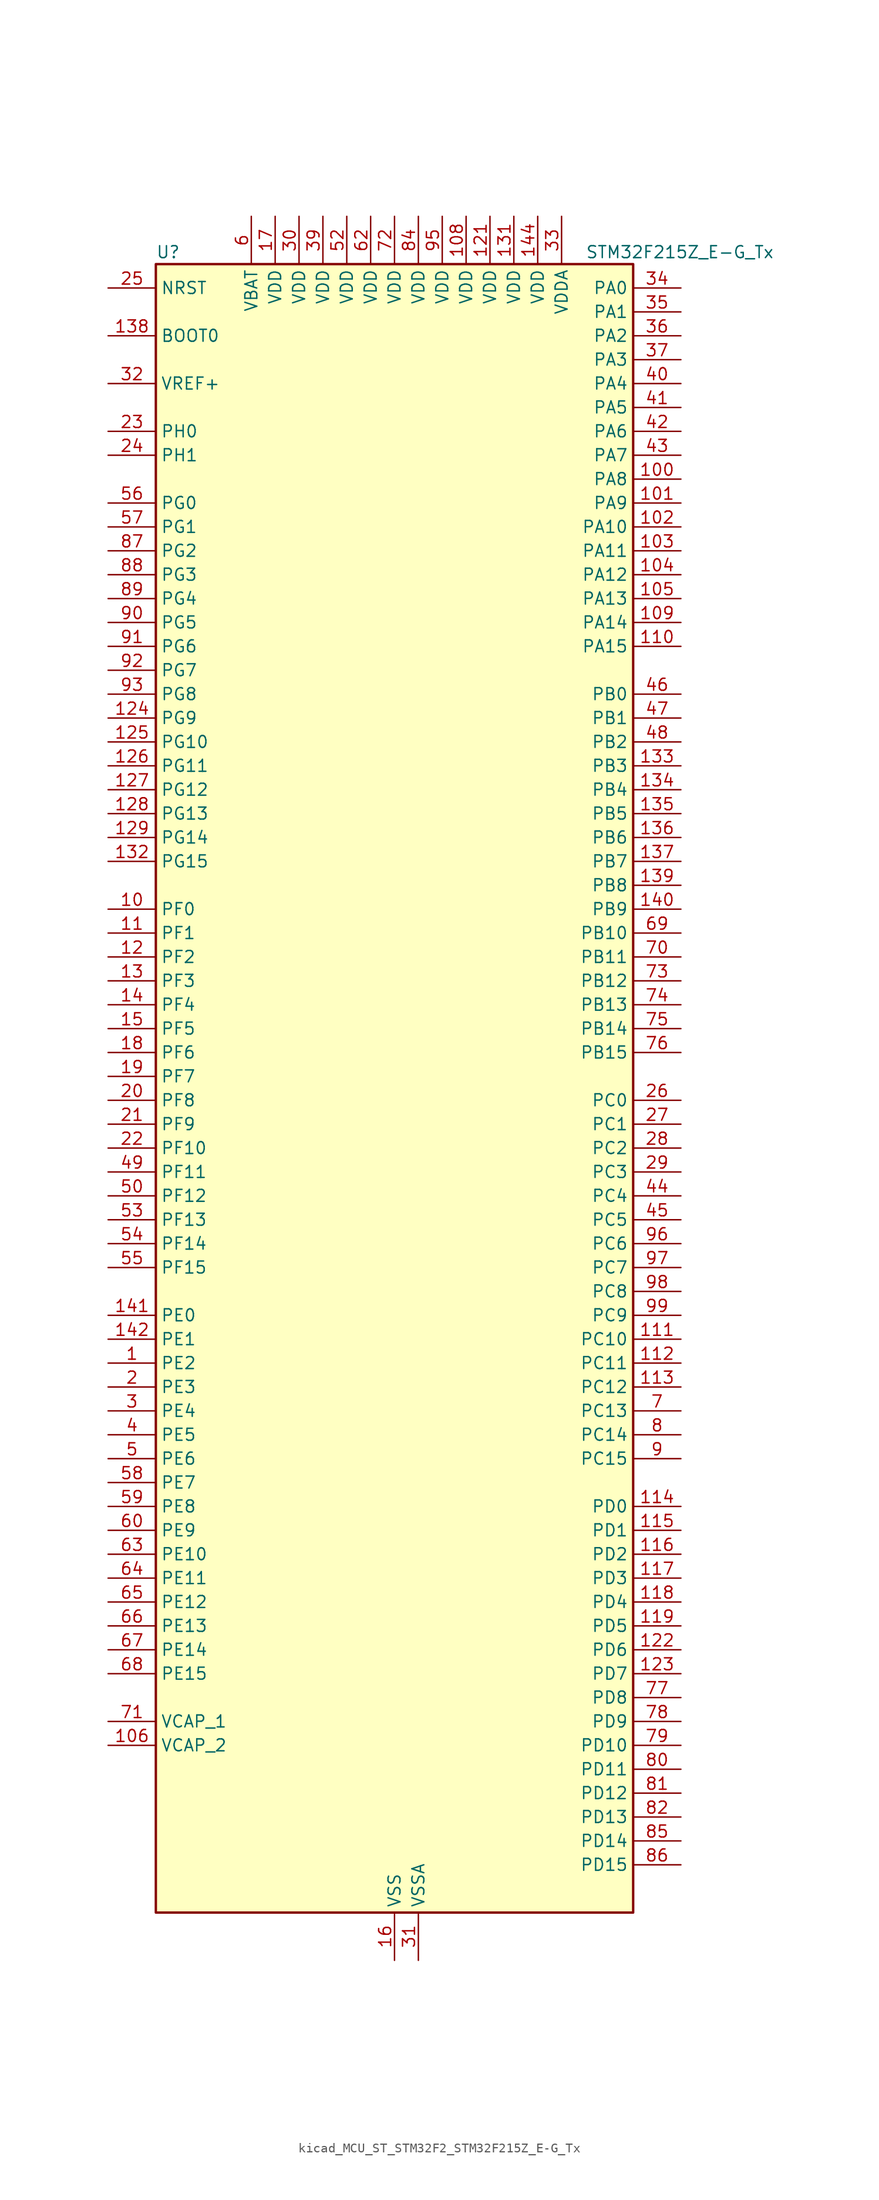
<source format=kicad_sym>
(kicad_symbol_lib
  (version 20220914)
  (generator kicad_symbol_editor)
  (symbol "kicad_MCU_ST_STM32F2_STM32F215Z_E-G_Tx"
    (property "Reference" "U"
      (at -25.4 90.17 0)
      (effects (font (size 1.27 1.27)) (justify left)))
    (property "Value" "STM32F215Z_E-G_Tx"
      (at 20.32 90.17 0)
      (effects (font (size 1.27 1.27)) (justify left)))
    (property "ki_locked" ""
      (at 0 0 0)
      (effects (font (size 1.27 1.27))))
    (symbol "kicad_MCU_ST_STM32F2_STM32F215Z_E-G_Tx_0_1"
      (rectangle (start -25.4 -86.36) (end 25.4 88.9) (stroke (width 0.254) (type default)) (fill (type background))))
    (symbol "kicad_MCU_ST_STM32F2_STM32F215Z_E-G_Tx_1_1"
      (pin bidirectional line (at -30.48 -27.94 0) (length 5.08) (name "PE2" (effects (font (size 1.27 1.27)))) (number "1" (effects (font (size 1.27 1.27)))) (alternate "FSMC_A23" bidirectional line) (alternate "SYS_TRACECLK" bidirectional line))
      (pin bidirectional line (at -30.48 20.32 0) (length 5.08) (name "PF0" (effects (font (size 1.27 1.27)))) (number "10" (effects (font (size 1.27 1.27)))) (alternate "FSMC_A0" bidirectional line) (alternate "I2C2_SDA" bidirectional line))
      (pin bidirectional line (at 30.48 66.04 180) (length 5.08) (name "PA8" (effects (font (size 1.27 1.27)))) (number "100" (effects (font (size 1.27 1.27)))) (alternate "I2C3_SCL" bidirectional line) (alternate "RCC_MCO_1" bidirectional line) (alternate "TIM1_CH1" bidirectional line) (alternate "USART1_CK" bidirectional line) (alternate "USB_OTG_FS_SOF" bidirectional line))
      (pin bidirectional line (at 30.48 63.5 180) (length 5.08) (name "PA9" (effects (font (size 1.27 1.27)))) (number "101" (effects (font (size 1.27 1.27)))) (alternate "DAC_EXTI9" bidirectional line) (alternate "I2C3_SMBA" bidirectional line) (alternate "TIM1_CH2" bidirectional line) (alternate "USART1_TX" bidirectional line) (alternate "USB_OTG_FS_VBUS" bidirectional line))
      (pin bidirectional line (at 30.48 60.96 180) (length 5.08) (name "PA10" (effects (font (size 1.27 1.27)))) (number "102" (effects (font (size 1.27 1.27)))) (alternate "TIM1_CH3" bidirectional line) (alternate "USART1_RX" bidirectional line) (alternate "USB_OTG_FS_ID" bidirectional line))
      (pin bidirectional line (at 30.48 58.42 180) (length 5.08) (name "PA11" (effects (font (size 1.27 1.27)))) (number "103" (effects (font (size 1.27 1.27)))) (alternate "ADC1_EXTI11" bidirectional line) (alternate "ADC2_EXTI11" bidirectional line) (alternate "ADC3_EXTI11" bidirectional line) (alternate "CAN1_RX" bidirectional line) (alternate "TIM1_CH4" bidirectional line) (alternate "USART1_CTS" bidirectional line) (alternate "USB_OTG_FS_DM" bidirectional line))
      (pin bidirectional line (at 30.48 55.88 180) (length 5.08) (name "PA12" (effects (font (size 1.27 1.27)))) (number "104" (effects (font (size 1.27 1.27)))) (alternate "CAN1_TX" bidirectional line) (alternate "TIM1_ETR" bidirectional line) (alternate "USART1_RTS" bidirectional line) (alternate "USB_OTG_FS_DP" bidirectional line))
      (pin bidirectional line (at 30.48 53.34 180) (length 5.08) (name "PA13" (effects (font (size 1.27 1.27)))) (number "105" (effects (font (size 1.27 1.27)))) (alternate "SYS_JTMS-SWDIO" bidirectional line))
      (pin power_out line (at -30.48 -68.58 0) (length 5.08) (name "VCAP_2" (effects (font (size 1.27 1.27)))) (number "106" (effects (font (size 1.27 1.27)))))
      (pin passive line (at 0 -91.44 90) (length 5.08) hide (name "VSS" (effects (font (size 1.27 1.27)))) (number "107" (effects (font (size 1.27 1.27)))))
      (pin power_in line (at 7.62 93.98 270) (length 5.08) (name "VDD" (effects (font (size 1.27 1.27)))) (number "108" (effects (font (size 1.27 1.27)))))
      (pin bidirectional line (at 30.48 50.8 180) (length 5.08) (name "PA14" (effects (font (size 1.27 1.27)))) (number "109" (effects (font (size 1.27 1.27)))) (alternate "SYS_JTCK-SWCLK" bidirectional line))
      (pin bidirectional line (at -30.48 17.78 0) (length 5.08) (name "PF1" (effects (font (size 1.27 1.27)))) (number "11" (effects (font (size 1.27 1.27)))) (alternate "FSMC_A1" bidirectional line) (alternate "I2C2_SCL" bidirectional line))
      (pin bidirectional line (at 30.48 48.26 180) (length 5.08) (name "PA15" (effects (font (size 1.27 1.27)))) (number "110" (effects (font (size 1.27 1.27)))) (alternate "ADC1_EXTI15" bidirectional line) (alternate "ADC2_EXTI15" bidirectional line) (alternate "ADC3_EXTI15" bidirectional line) (alternate "I2S3_WS" bidirectional line) (alternate "SPI1_NSS" bidirectional line) (alternate "SPI3_NSS" bidirectional line) (alternate "SYS_JTDI" bidirectional line) (alternate "TIM2_CH1" bidirectional line) (alternate "TIM2_ETR" bidirectional line))
      (pin bidirectional line (at 30.48 -25.4 180) (length 5.08) (name "PC10" (effects (font (size 1.27 1.27)))) (number "111" (effects (font (size 1.27 1.27)))) (alternate "I2S3_SCK" bidirectional line) (alternate "SDIO_D2" bidirectional line) (alternate "SPI3_SCK" bidirectional line) (alternate "UART4_TX" bidirectional line) (alternate "USART3_TX" bidirectional line))
      (pin bidirectional line (at 30.48 -27.94 180) (length 5.08) (name "PC11" (effects (font (size 1.27 1.27)))) (number "112" (effects (font (size 1.27 1.27)))) (alternate "ADC1_EXTI11" bidirectional line) (alternate "ADC2_EXTI11" bidirectional line) (alternate "ADC3_EXTI11" bidirectional line) (alternate "SDIO_D3" bidirectional line) (alternate "SPI3_MISO" bidirectional line) (alternate "UART4_RX" bidirectional line) (alternate "USART3_RX" bidirectional line))
      (pin bidirectional line (at 30.48 -30.48 180) (length 5.08) (name "PC12" (effects (font (size 1.27 1.27)))) (number "113" (effects (font (size 1.27 1.27)))) (alternate "I2S3_SD" bidirectional line) (alternate "SDIO_CK" bidirectional line) (alternate "SPI3_MOSI" bidirectional line) (alternate "UART5_TX" bidirectional line) (alternate "USART3_CK" bidirectional line))
      (pin bidirectional line (at 30.48 -43.18 180) (length 5.08) (name "PD0" (effects (font (size 1.27 1.27)))) (number "114" (effects (font (size 1.27 1.27)))) (alternate "CAN1_RX" bidirectional line) (alternate "FSMC_D2" bidirectional line) (alternate "FSMC_DA2" bidirectional line))
      (pin bidirectional line (at 30.48 -45.72 180) (length 5.08) (name "PD1" (effects (font (size 1.27 1.27)))) (number "115" (effects (font (size 1.27 1.27)))) (alternate "CAN1_TX" bidirectional line) (alternate "FSMC_D3" bidirectional line) (alternate "FSMC_DA3" bidirectional line))
      (pin bidirectional line (at 30.48 -48.26 180) (length 5.08) (name "PD2" (effects (font (size 1.27 1.27)))) (number "116" (effects (font (size 1.27 1.27)))) (alternate "SDIO_CMD" bidirectional line) (alternate "TIM3_ETR" bidirectional line) (alternate "UART5_RX" bidirectional line))
      (pin bidirectional line (at 30.48 -50.8 180) (length 5.08) (name "PD3" (effects (font (size 1.27 1.27)))) (number "117" (effects (font (size 1.27 1.27)))) (alternate "FSMC_CLK" bidirectional line) (alternate "USART2_CTS" bidirectional line))
      (pin bidirectional line (at 30.48 -53.34 180) (length 5.08) (name "PD4" (effects (font (size 1.27 1.27)))) (number "118" (effects (font (size 1.27 1.27)))) (alternate "FSMC_NOE" bidirectional line) (alternate "USART2_RTS" bidirectional line))
      (pin bidirectional line (at 30.48 -55.88 180) (length 5.08) (name "PD5" (effects (font (size 1.27 1.27)))) (number "119" (effects (font (size 1.27 1.27)))) (alternate "FSMC_NWE" bidirectional line) (alternate "USART2_TX" bidirectional line))
      (pin bidirectional line (at -30.48 15.24 0) (length 5.08) (name "PF2" (effects (font (size 1.27 1.27)))) (number "12" (effects (font (size 1.27 1.27)))) (alternate "FSMC_A2" bidirectional line) (alternate "I2C2_SMBA" bidirectional line))
      (pin passive line (at 0 -91.44 90) (length 5.08) hide (name "VSS" (effects (font (size 1.27 1.27)))) (number "120" (effects (font (size 1.27 1.27)))))
      (pin power_in line (at 10.16 93.98 270) (length 5.08) (name "VDD" (effects (font (size 1.27 1.27)))) (number "121" (effects (font (size 1.27 1.27)))))
      (pin bidirectional line (at 30.48 -58.42 180) (length 5.08) (name "PD6" (effects (font (size 1.27 1.27)))) (number "122" (effects (font (size 1.27 1.27)))) (alternate "FSMC_NWAIT" bidirectional line) (alternate "USART2_RX" bidirectional line))
      (pin bidirectional line (at 30.48 -60.96 180) (length 5.08) (name "PD7" (effects (font (size 1.27 1.27)))) (number "123" (effects (font (size 1.27 1.27)))) (alternate "FSMC_NCE2" bidirectional line) (alternate "FSMC_NE1" bidirectional line) (alternate "USART2_CK" bidirectional line))
      (pin bidirectional line (at -30.48 40.64 0) (length 5.08) (name "PG9" (effects (font (size 1.27 1.27)))) (number "124" (effects (font (size 1.27 1.27)))) (alternate "DAC_EXTI9" bidirectional line) (alternate "FSMC_NCE3" bidirectional line) (alternate "FSMC_NE2" bidirectional line) (alternate "USART6_RX" bidirectional line))
      (pin bidirectional line (at -30.48 38.1 0) (length 5.08) (name "PG10" (effects (font (size 1.27 1.27)))) (number "125" (effects (font (size 1.27 1.27)))) (alternate "FSMC_NCE4_1" bidirectional line) (alternate "FSMC_NE3" bidirectional line))
      (pin bidirectional line (at -30.48 35.56 0) (length 5.08) (name "PG11" (effects (font (size 1.27 1.27)))) (number "126" (effects (font (size 1.27 1.27)))) (alternate "ADC1_EXTI11" bidirectional line) (alternate "ADC2_EXTI11" bidirectional line) (alternate "ADC3_EXTI11" bidirectional line) (alternate "FSMC_NCE4_2" bidirectional line))
      (pin bidirectional line (at -30.48 33.02 0) (length 5.08) (name "PG12" (effects (font (size 1.27 1.27)))) (number "127" (effects (font (size 1.27 1.27)))) (alternate "FSMC_NE4" bidirectional line) (alternate "USART6_RTS" bidirectional line))
      (pin bidirectional line (at -30.48 30.48 0) (length 5.08) (name "PG13" (effects (font (size 1.27 1.27)))) (number "128" (effects (font (size 1.27 1.27)))) (alternate "FSMC_A24" bidirectional line) (alternate "USART6_CTS" bidirectional line))
      (pin bidirectional line (at -30.48 27.94 0) (length 5.08) (name "PG14" (effects (font (size 1.27 1.27)))) (number "129" (effects (font (size 1.27 1.27)))) (alternate "FSMC_A25" bidirectional line) (alternate "USART6_TX" bidirectional line))
      (pin bidirectional line (at -30.48 12.7 0) (length 5.08) (name "PF3" (effects (font (size 1.27 1.27)))) (number "13" (effects (font (size 1.27 1.27)))) (alternate "ADC3_IN9" bidirectional line) (alternate "FSMC_A3" bidirectional line))
      (pin passive line (at 0 -91.44 90) (length 5.08) hide (name "VSS" (effects (font (size 1.27 1.27)))) (number "130" (effects (font (size 1.27 1.27)))))
      (pin power_in line (at 12.7 93.98 270) (length 5.08) (name "VDD" (effects (font (size 1.27 1.27)))) (number "131" (effects (font (size 1.27 1.27)))))
      (pin bidirectional line (at -30.48 25.4 0) (length 5.08) (name "PG15" (effects (font (size 1.27 1.27)))) (number "132" (effects (font (size 1.27 1.27)))) (alternate "ADC1_EXTI15" bidirectional line) (alternate "ADC2_EXTI15" bidirectional line) (alternate "ADC3_EXTI15" bidirectional line) (alternate "USART6_CTS" bidirectional line))
      (pin bidirectional line (at 30.48 35.56 180) (length 5.08) (name "PB3" (effects (font (size 1.27 1.27)))) (number "133" (effects (font (size 1.27 1.27)))) (alternate "I2S3_SCK" bidirectional line) (alternate "SPI1_SCK" bidirectional line) (alternate "SPI3_SCK" bidirectional line) (alternate "SYS_JTDO-SWO" bidirectional line) (alternate "TIM2_CH2" bidirectional line))
      (pin bidirectional line (at 30.48 33.02 180) (length 5.08) (name "PB4" (effects (font (size 1.27 1.27)))) (number "134" (effects (font (size 1.27 1.27)))) (alternate "SPI1_MISO" bidirectional line) (alternate "SPI3_MISO" bidirectional line) (alternate "SYS_JTRST" bidirectional line) (alternate "TIM3_CH1" bidirectional line))
      (pin bidirectional line (at 30.48 30.48 180) (length 5.08) (name "PB5" (effects (font (size 1.27 1.27)))) (number "135" (effects (font (size 1.27 1.27)))) (alternate "CAN2_RX" bidirectional line) (alternate "I2C1_SMBA" bidirectional line) (alternate "I2S3_SD" bidirectional line) (alternate "SPI1_MOSI" bidirectional line) (alternate "SPI3_MOSI" bidirectional line) (alternate "TIM3_CH2" bidirectional line) (alternate "USB_OTG_HS_ULPI_D7" bidirectional line))
      (pin bidirectional line (at 30.48 27.94 180) (length 5.08) (name "PB6" (effects (font (size 1.27 1.27)))) (number "136" (effects (font (size 1.27 1.27)))) (alternate "CAN2_TX" bidirectional line) (alternate "I2C1_SCL" bidirectional line) (alternate "TIM4_CH1" bidirectional line) (alternate "USART1_TX" bidirectional line))
      (pin bidirectional line (at 30.48 25.4 180) (length 5.08) (name "PB7" (effects (font (size 1.27 1.27)))) (number "137" (effects (font (size 1.27 1.27)))) (alternate "FSMC_NL" bidirectional line) (alternate "I2C1_SDA" bidirectional line) (alternate "TIM4_CH2" bidirectional line) (alternate "USART1_RX" bidirectional line))
      (pin input line (at -30.48 81.28 0) (length 5.08) (name "BOOT0" (effects (font (size 1.27 1.27)))) (number "138" (effects (font (size 1.27 1.27)))))
      (pin bidirectional line (at 30.48 22.86 180) (length 5.08) (name "PB8" (effects (font (size 1.27 1.27)))) (number "139" (effects (font (size 1.27 1.27)))) (alternate "CAN1_RX" bidirectional line) (alternate "I2C1_SCL" bidirectional line) (alternate "SDIO_D4" bidirectional line) (alternate "TIM10_CH1" bidirectional line) (alternate "TIM4_CH3" bidirectional line))
      (pin bidirectional line (at -30.48 10.16 0) (length 5.08) (name "PF4" (effects (font (size 1.27 1.27)))) (number "14" (effects (font (size 1.27 1.27)))) (alternate "ADC3_IN14" bidirectional line) (alternate "FSMC_A4" bidirectional line))
      (pin bidirectional line (at 30.48 20.32 180) (length 5.08) (name "PB9" (effects (font (size 1.27 1.27)))) (number "140" (effects (font (size 1.27 1.27)))) (alternate "CAN1_TX" bidirectional line) (alternate "DAC_EXTI9" bidirectional line) (alternate "I2C1_SDA" bidirectional line) (alternate "I2S2_WS" bidirectional line) (alternate "SDIO_D5" bidirectional line) (alternate "SPI2_NSS" bidirectional line) (alternate "TIM11_CH1" bidirectional line) (alternate "TIM4_CH4" bidirectional line))
      (pin bidirectional line (at -30.48 -22.86 0) (length 5.08) (name "PE0" (effects (font (size 1.27 1.27)))) (number "141" (effects (font (size 1.27 1.27)))) (alternate "FSMC_NBL0" bidirectional line) (alternate "TIM4_ETR" bidirectional line))
      (pin bidirectional line (at -30.48 -25.4 0) (length 5.08) (name "PE1" (effects (font (size 1.27 1.27)))) (number "142" (effects (font (size 1.27 1.27)))) (alternate "FSMC_NBL1" bidirectional line))
      (pin no_connect line (at -25.4 -86.36 0) (length 5.08) hide (name "RFU" (effects (font (size 1.27 1.27)))) (number "143" (effects (font (size 1.27 1.27)))))
      (pin power_in line (at 15.24 93.98 270) (length 5.08) (name "VDD" (effects (font (size 1.27 1.27)))) (number "144" (effects (font (size 1.27 1.27)))))
      (pin bidirectional line (at -30.48 7.62 0) (length 5.08) (name "PF5" (effects (font (size 1.27 1.27)))) (number "15" (effects (font (size 1.27 1.27)))) (alternate "ADC3_IN15" bidirectional line) (alternate "FSMC_A5" bidirectional line))
      (pin power_in line (at 0 -91.44 90) (length 5.08) (name "VSS" (effects (font (size 1.27 1.27)))) (number "16" (effects (font (size 1.27 1.27)))))
      (pin power_in line (at -12.7 93.98 270) (length 5.08) (name "VDD" (effects (font (size 1.27 1.27)))) (number "17" (effects (font (size 1.27 1.27)))))
      (pin bidirectional line (at -30.48 5.08 0) (length 5.08) (name "PF6" (effects (font (size 1.27 1.27)))) (number "18" (effects (font (size 1.27 1.27)))) (alternate "ADC3_IN4" bidirectional line) (alternate "FSMC_NIORD" bidirectional line) (alternate "TIM10_CH1" bidirectional line))
      (pin bidirectional line (at -30.48 2.54 0) (length 5.08) (name "PF7" (effects (font (size 1.27 1.27)))) (number "19" (effects (font (size 1.27 1.27)))) (alternate "ADC3_IN5" bidirectional line) (alternate "FSMC_NREG" bidirectional line) (alternate "TIM11_CH1" bidirectional line))
      (pin bidirectional line (at -30.48 -30.48 0) (length 5.08) (name "PE3" (effects (font (size 1.27 1.27)))) (number "2" (effects (font (size 1.27 1.27)))) (alternate "FSMC_A19" bidirectional line) (alternate "SYS_TRACED0" bidirectional line))
      (pin bidirectional line (at -30.48 0 0) (length 5.08) (name "PF8" (effects (font (size 1.27 1.27)))) (number "20" (effects (font (size 1.27 1.27)))) (alternate "ADC3_IN6" bidirectional line) (alternate "FSMC_NIOWR" bidirectional line) (alternate "TIM13_CH1" bidirectional line))
      (pin bidirectional line (at -30.48 -2.54 0) (length 5.08) (name "PF9" (effects (font (size 1.27 1.27)))) (number "21" (effects (font (size 1.27 1.27)))) (alternate "ADC3_IN7" bidirectional line) (alternate "DAC_EXTI9" bidirectional line) (alternate "FSMC_CD" bidirectional line) (alternate "TIM14_CH1" bidirectional line))
      (pin bidirectional line (at -30.48 -5.08 0) (length 5.08) (name "PF10" (effects (font (size 1.27 1.27)))) (number "22" (effects (font (size 1.27 1.27)))) (alternate "ADC3_IN8" bidirectional line) (alternate "FSMC_INTR" bidirectional line))
      (pin bidirectional line (at -30.48 71.12 0) (length 5.08) (name "PH0" (effects (font (size 1.27 1.27)))) (number "23" (effects (font (size 1.27 1.27)))) (alternate "RCC_OSC_IN" bidirectional line))
      (pin bidirectional line (at -30.48 68.58 0) (length 5.08) (name "PH1" (effects (font (size 1.27 1.27)))) (number "24" (effects (font (size 1.27 1.27)))) (alternate "RCC_OSC_OUT" bidirectional line))
      (pin input line (at -30.48 86.36 0) (length 5.08) (name "NRST" (effects (font (size 1.27 1.27)))) (number "25" (effects (font (size 1.27 1.27)))))
      (pin bidirectional line (at 30.48 0 180) (length 5.08) (name "PC0" (effects (font (size 1.27 1.27)))) (number "26" (effects (font (size 1.27 1.27)))) (alternate "ADC1_IN10" bidirectional line) (alternate "ADC2_IN10" bidirectional line) (alternate "ADC3_IN10" bidirectional line) (alternate "USB_OTG_HS_ULPI_STP" bidirectional line))
      (pin bidirectional line (at 30.48 -2.54 180) (length 5.08) (name "PC1" (effects (font (size 1.27 1.27)))) (number "27" (effects (font (size 1.27 1.27)))) (alternate "ADC1_IN11" bidirectional line) (alternate "ADC2_IN11" bidirectional line) (alternate "ADC3_IN11" bidirectional line))
      (pin bidirectional line (at 30.48 -5.08 180) (length 5.08) (name "PC2" (effects (font (size 1.27 1.27)))) (number "28" (effects (font (size 1.27 1.27)))) (alternate "ADC1_IN12" bidirectional line) (alternate "ADC2_IN12" bidirectional line) (alternate "ADC3_IN12" bidirectional line) (alternate "SPI2_MISO" bidirectional line) (alternate "USB_OTG_HS_ULPI_DIR" bidirectional line))
      (pin bidirectional line (at 30.48 -7.62 180) (length 5.08) (name "PC3" (effects (font (size 1.27 1.27)))) (number "29" (effects (font (size 1.27 1.27)))) (alternate "ADC1_IN13" bidirectional line) (alternate "ADC2_IN13" bidirectional line) (alternate "ADC3_IN13" bidirectional line) (alternate "I2S2_SD" bidirectional line) (alternate "SPI2_MOSI" bidirectional line) (alternate "USB_OTG_HS_ULPI_NXT" bidirectional line))
      (pin bidirectional line (at -30.48 -33.02 0) (length 5.08) (name "PE4" (effects (font (size 1.27 1.27)))) (number "3" (effects (font (size 1.27 1.27)))) (alternate "FSMC_A20" bidirectional line) (alternate "SYS_TRACED1" bidirectional line))
      (pin power_in line (at -10.16 93.98 270) (length 5.08) (name "VDD" (effects (font (size 1.27 1.27)))) (number "30" (effects (font (size 1.27 1.27)))))
      (pin power_in line (at 2.54 -91.44 90) (length 5.08) (name "VSSA" (effects (font (size 1.27 1.27)))) (number "31" (effects (font (size 1.27 1.27)))))
      (pin input line (at -30.48 76.2 0) (length 5.08) (name "VREF+" (effects (font (size 1.27 1.27)))) (number "32" (effects (font (size 1.27 1.27)))))
      (pin power_in line (at 17.78 93.98 270) (length 5.08) (name "VDDA" (effects (font (size 1.27 1.27)))) (number "33" (effects (font (size 1.27 1.27)))))
      (pin bidirectional line (at 30.48 86.36 180) (length 5.08) (name "PA0" (effects (font (size 1.27 1.27)))) (number "34" (effects (font (size 1.27 1.27)))) (alternate "ADC1_IN0" bidirectional line) (alternate "ADC2_IN0" bidirectional line) (alternate "ADC3_IN0" bidirectional line) (alternate "SYS_WKUP" bidirectional line) (alternate "TIM2_CH1" bidirectional line) (alternate "TIM2_ETR" bidirectional line) (alternate "TIM5_CH1" bidirectional line) (alternate "TIM8_ETR" bidirectional line) (alternate "UART4_TX" bidirectional line) (alternate "USART2_CTS" bidirectional line))
      (pin bidirectional line (at 30.48 83.82 180) (length 5.08) (name "PA1" (effects (font (size 1.27 1.27)))) (number "35" (effects (font (size 1.27 1.27)))) (alternate "ADC1_IN1" bidirectional line) (alternate "ADC2_IN1" bidirectional line) (alternate "ADC3_IN1" bidirectional line) (alternate "TIM2_CH2" bidirectional line) (alternate "TIM5_CH2" bidirectional line) (alternate "UART4_RX" bidirectional line) (alternate "USART2_RTS" bidirectional line))
      (pin bidirectional line (at 30.48 81.28 180) (length 5.08) (name "PA2" (effects (font (size 1.27 1.27)))) (number "36" (effects (font (size 1.27 1.27)))) (alternate "ADC1_IN2" bidirectional line) (alternate "ADC2_IN2" bidirectional line) (alternate "ADC3_IN2" bidirectional line) (alternate "TIM2_CH3" bidirectional line) (alternate "TIM5_CH3" bidirectional line) (alternate "TIM9_CH1" bidirectional line) (alternate "USART2_TX" bidirectional line))
      (pin bidirectional line (at 30.48 78.74 180) (length 5.08) (name "PA3" (effects (font (size 1.27 1.27)))) (number "37" (effects (font (size 1.27 1.27)))) (alternate "ADC1_IN3" bidirectional line) (alternate "ADC2_IN3" bidirectional line) (alternate "ADC3_IN3" bidirectional line) (alternate "TIM2_CH4" bidirectional line) (alternate "TIM5_CH4" bidirectional line) (alternate "TIM9_CH2" bidirectional line) (alternate "USART2_RX" bidirectional line) (alternate "USB_OTG_HS_ULPI_D0" bidirectional line))
      (pin passive line (at 0 -91.44 90) (length 5.08) hide (name "VSS" (effects (font (size 1.27 1.27)))) (number "38" (effects (font (size 1.27 1.27)))))
      (pin power_in line (at -7.62 93.98 270) (length 5.08) (name "VDD" (effects (font (size 1.27 1.27)))) (number "39" (effects (font (size 1.27 1.27)))))
      (pin bidirectional line (at -30.48 -35.56 0) (length 5.08) (name "PE5" (effects (font (size 1.27 1.27)))) (number "4" (effects (font (size 1.27 1.27)))) (alternate "FSMC_A21" bidirectional line) (alternate "SYS_TRACED2" bidirectional line) (alternate "TIM9_CH1" bidirectional line))
      (pin bidirectional line (at 30.48 76.2 180) (length 5.08) (name "PA4" (effects (font (size 1.27 1.27)))) (number "40" (effects (font (size 1.27 1.27)))) (alternate "ADC1_IN4" bidirectional line) (alternate "ADC2_IN4" bidirectional line) (alternate "DAC_OUT1" bidirectional line) (alternate "I2S3_WS" bidirectional line) (alternate "SPI1_NSS" bidirectional line) (alternate "SPI3_NSS" bidirectional line) (alternate "USART2_CK" bidirectional line) (alternate "USB_OTG_HS_SOF" bidirectional line))
      (pin bidirectional line (at 30.48 73.66 180) (length 5.08) (name "PA5" (effects (font (size 1.27 1.27)))) (number "41" (effects (font (size 1.27 1.27)))) (alternate "ADC1_IN5" bidirectional line) (alternate "ADC2_IN5" bidirectional line) (alternate "DAC_OUT2" bidirectional line) (alternate "SPI1_SCK" bidirectional line) (alternate "TIM2_CH1" bidirectional line) (alternate "TIM2_ETR" bidirectional line) (alternate "TIM8_CH1N" bidirectional line) (alternate "USB_OTG_HS_ULPI_CK" bidirectional line))
      (pin bidirectional line (at 30.48 71.12 180) (length 5.08) (name "PA6" (effects (font (size 1.27 1.27)))) (number "42" (effects (font (size 1.27 1.27)))) (alternate "ADC1_IN6" bidirectional line) (alternate "ADC2_IN6" bidirectional line) (alternate "SPI1_MISO" bidirectional line) (alternate "TIM13_CH1" bidirectional line) (alternate "TIM1_BKIN" bidirectional line) (alternate "TIM3_CH1" bidirectional line) (alternate "TIM8_BKIN" bidirectional line))
      (pin bidirectional line (at 30.48 68.58 180) (length 5.08) (name "PA7" (effects (font (size 1.27 1.27)))) (number "43" (effects (font (size 1.27 1.27)))) (alternate "ADC1_IN7" bidirectional line) (alternate "ADC2_IN7" bidirectional line) (alternate "SPI1_MOSI" bidirectional line) (alternate "TIM14_CH1" bidirectional line) (alternate "TIM1_CH1N" bidirectional line) (alternate "TIM3_CH2" bidirectional line) (alternate "TIM8_CH1N" bidirectional line))
      (pin bidirectional line (at 30.48 -10.16 180) (length 5.08) (name "PC4" (effects (font (size 1.27 1.27)))) (number "44" (effects (font (size 1.27 1.27)))) (alternate "ADC1_IN14" bidirectional line) (alternate "ADC2_IN14" bidirectional line))
      (pin bidirectional line (at 30.48 -12.7 180) (length 5.08) (name "PC5" (effects (font (size 1.27 1.27)))) (number "45" (effects (font (size 1.27 1.27)))) (alternate "ADC1_IN15" bidirectional line) (alternate "ADC2_IN15" bidirectional line))
      (pin bidirectional line (at 30.48 43.18 180) (length 5.08) (name "PB0" (effects (font (size 1.27 1.27)))) (number "46" (effects (font (size 1.27 1.27)))) (alternate "ADC1_IN8" bidirectional line) (alternate "ADC2_IN8" bidirectional line) (alternate "TIM1_CH2N" bidirectional line) (alternate "TIM3_CH3" bidirectional line) (alternate "TIM8_CH2N" bidirectional line) (alternate "USB_OTG_HS_ULPI_D1" bidirectional line))
      (pin bidirectional line (at 30.48 40.64 180) (length 5.08) (name "PB1" (effects (font (size 1.27 1.27)))) (number "47" (effects (font (size 1.27 1.27)))) (alternate "ADC1_IN9" bidirectional line) (alternate "ADC2_IN9" bidirectional line) (alternate "TIM1_CH3N" bidirectional line) (alternate "TIM3_CH4" bidirectional line) (alternate "TIM8_CH3N" bidirectional line) (alternate "USB_OTG_HS_ULPI_D2" bidirectional line))
      (pin bidirectional line (at 30.48 38.1 180) (length 5.08) (name "PB2" (effects (font (size 1.27 1.27)))) (number "48" (effects (font (size 1.27 1.27)))))
      (pin bidirectional line (at -30.48 -7.62 0) (length 5.08) (name "PF11" (effects (font (size 1.27 1.27)))) (number "49" (effects (font (size 1.27 1.27)))) (alternate "ADC1_EXTI11" bidirectional line) (alternate "ADC2_EXTI11" bidirectional line) (alternate "ADC3_EXTI11" bidirectional line))
      (pin bidirectional line (at -30.48 -38.1 0) (length 5.08) (name "PE6" (effects (font (size 1.27 1.27)))) (number "5" (effects (font (size 1.27 1.27)))) (alternate "FSMC_A22" bidirectional line) (alternate "SYS_TRACED3" bidirectional line) (alternate "TIM9_CH2" bidirectional line))
      (pin bidirectional line (at -30.48 -10.16 0) (length 5.08) (name "PF12" (effects (font (size 1.27 1.27)))) (number "50" (effects (font (size 1.27 1.27)))) (alternate "FSMC_A6" bidirectional line))
      (pin passive line (at 0 -91.44 90) (length 5.08) hide (name "VSS" (effects (font (size 1.27 1.27)))) (number "51" (effects (font (size 1.27 1.27)))))
      (pin power_in line (at -5.08 93.98 270) (length 5.08) (name "VDD" (effects (font (size 1.27 1.27)))) (number "52" (effects (font (size 1.27 1.27)))))
      (pin bidirectional line (at -30.48 -12.7 0) (length 5.08) (name "PF13" (effects (font (size 1.27 1.27)))) (number "53" (effects (font (size 1.27 1.27)))) (alternate "FSMC_A7" bidirectional line))
      (pin bidirectional line (at -30.48 -15.24 0) (length 5.08) (name "PF14" (effects (font (size 1.27 1.27)))) (number "54" (effects (font (size 1.27 1.27)))) (alternate "FSMC_A8" bidirectional line))
      (pin bidirectional line (at -30.48 -17.78 0) (length 5.08) (name "PF15" (effects (font (size 1.27 1.27)))) (number "55" (effects (font (size 1.27 1.27)))) (alternate "ADC1_EXTI15" bidirectional line) (alternate "ADC2_EXTI15" bidirectional line) (alternate "ADC3_EXTI15" bidirectional line) (alternate "FSMC_A9" bidirectional line))
      (pin bidirectional line (at -30.48 63.5 0) (length 5.08) (name "PG0" (effects (font (size 1.27 1.27)))) (number "56" (effects (font (size 1.27 1.27)))) (alternate "FSMC_A10" bidirectional line))
      (pin bidirectional line (at -30.48 60.96 0) (length 5.08) (name "PG1" (effects (font (size 1.27 1.27)))) (number "57" (effects (font (size 1.27 1.27)))) (alternate "FSMC_A11" bidirectional line))
      (pin bidirectional line (at -30.48 -40.64 0) (length 5.08) (name "PE7" (effects (font (size 1.27 1.27)))) (number "58" (effects (font (size 1.27 1.27)))) (alternate "FSMC_D4" bidirectional line) (alternate "FSMC_DA4" bidirectional line) (alternate "TIM1_ETR" bidirectional line))
      (pin bidirectional line (at -30.48 -43.18 0) (length 5.08) (name "PE8" (effects (font (size 1.27 1.27)))) (number "59" (effects (font (size 1.27 1.27)))) (alternate "FSMC_D5" bidirectional line) (alternate "FSMC_DA5" bidirectional line) (alternate "TIM1_CH1N" bidirectional line))
      (pin power_in line (at -15.24 93.98 270) (length 5.08) (name "VBAT" (effects (font (size 1.27 1.27)))) (number "6" (effects (font (size 1.27 1.27)))))
      (pin bidirectional line (at -30.48 -45.72 0) (length 5.08) (name "PE9" (effects (font (size 1.27 1.27)))) (number "60" (effects (font (size 1.27 1.27)))) (alternate "DAC_EXTI9" bidirectional line) (alternate "FSMC_D6" bidirectional line) (alternate "FSMC_DA6" bidirectional line) (alternate "TIM1_CH1" bidirectional line))
      (pin passive line (at 0 -91.44 90) (length 5.08) hide (name "VSS" (effects (font (size 1.27 1.27)))) (number "61" (effects (font (size 1.27 1.27)))))
      (pin power_in line (at -2.54 93.98 270) (length 5.08) (name "VDD" (effects (font (size 1.27 1.27)))) (number "62" (effects (font (size 1.27 1.27)))))
      (pin bidirectional line (at -30.48 -48.26 0) (length 5.08) (name "PE10" (effects (font (size 1.27 1.27)))) (number "63" (effects (font (size 1.27 1.27)))) (alternate "FSMC_D7" bidirectional line) (alternate "FSMC_DA7" bidirectional line) (alternate "TIM1_CH2N" bidirectional line))
      (pin bidirectional line (at -30.48 -50.8 0) (length 5.08) (name "PE11" (effects (font (size 1.27 1.27)))) (number "64" (effects (font (size 1.27 1.27)))) (alternate "ADC1_EXTI11" bidirectional line) (alternate "ADC2_EXTI11" bidirectional line) (alternate "ADC3_EXTI11" bidirectional line) (alternate "FSMC_D8" bidirectional line) (alternate "FSMC_DA8" bidirectional line) (alternate "TIM1_CH2" bidirectional line))
      (pin bidirectional line (at -30.48 -53.34 0) (length 5.08) (name "PE12" (effects (font (size 1.27 1.27)))) (number "65" (effects (font (size 1.27 1.27)))) (alternate "FSMC_D9" bidirectional line) (alternate "FSMC_DA9" bidirectional line) (alternate "TIM1_CH3N" bidirectional line))
      (pin bidirectional line (at -30.48 -55.88 0) (length 5.08) (name "PE13" (effects (font (size 1.27 1.27)))) (number "66" (effects (font (size 1.27 1.27)))) (alternate "FSMC_D10" bidirectional line) (alternate "FSMC_DA10" bidirectional line) (alternate "TIM1_CH3" bidirectional line))
      (pin bidirectional line (at -30.48 -58.42 0) (length 5.08) (name "PE14" (effects (font (size 1.27 1.27)))) (number "67" (effects (font (size 1.27 1.27)))) (alternate "FSMC_D11" bidirectional line) (alternate "FSMC_DA11" bidirectional line) (alternate "TIM1_CH4" bidirectional line))
      (pin bidirectional line (at -30.48 -60.96 0) (length 5.08) (name "PE15" (effects (font (size 1.27 1.27)))) (number "68" (effects (font (size 1.27 1.27)))) (alternate "ADC1_EXTI15" bidirectional line) (alternate "ADC2_EXTI15" bidirectional line) (alternate "ADC3_EXTI15" bidirectional line) (alternate "FSMC_D12" bidirectional line) (alternate "FSMC_DA12" bidirectional line) (alternate "TIM1_BKIN" bidirectional line))
      (pin bidirectional line (at 30.48 17.78 180) (length 5.08) (name "PB10" (effects (font (size 1.27 1.27)))) (number "69" (effects (font (size 1.27 1.27)))) (alternate "I2C2_SCL" bidirectional line) (alternate "I2S2_SCK" bidirectional line) (alternate "SPI2_SCK" bidirectional line) (alternate "TIM2_CH3" bidirectional line) (alternate "USART3_TX" bidirectional line) (alternate "USB_OTG_HS_ULPI_D3" bidirectional line))
      (pin bidirectional line (at 30.48 -33.02 180) (length 5.08) (name "PC13" (effects (font (size 1.27 1.27)))) (number "7" (effects (font (size 1.27 1.27)))) (alternate "RTC_AF1" bidirectional line))
      (pin bidirectional line (at 30.48 15.24 180) (length 5.08) (name "PB11" (effects (font (size 1.27 1.27)))) (number "70" (effects (font (size 1.27 1.27)))) (alternate "ADC1_EXTI11" bidirectional line) (alternate "ADC2_EXTI11" bidirectional line) (alternate "ADC3_EXTI11" bidirectional line) (alternate "I2C2_SDA" bidirectional line) (alternate "TIM2_CH4" bidirectional line) (alternate "USART3_RX" bidirectional line) (alternate "USB_OTG_HS_ULPI_D4" bidirectional line))
      (pin power_out line (at -30.48 -66.04 0) (length 5.08) (name "VCAP_1" (effects (font (size 1.27 1.27)))) (number "71" (effects (font (size 1.27 1.27)))))
      (pin power_in line (at 0 93.98 270) (length 5.08) (name "VDD" (effects (font (size 1.27 1.27)))) (number "72" (effects (font (size 1.27 1.27)))))
      (pin bidirectional line (at 30.48 12.7 180) (length 5.08) (name "PB12" (effects (font (size 1.27 1.27)))) (number "73" (effects (font (size 1.27 1.27)))) (alternate "CAN2_RX" bidirectional line) (alternate "I2C2_SMBA" bidirectional line) (alternate "I2S2_WS" bidirectional line) (alternate "SPI2_NSS" bidirectional line) (alternate "TIM1_BKIN" bidirectional line) (alternate "USART3_CK" bidirectional line) (alternate "USB_OTG_HS_ID" bidirectional line) (alternate "USB_OTG_HS_ULPI_D5" bidirectional line))
      (pin bidirectional line (at 30.48 10.16 180) (length 5.08) (name "PB13" (effects (font (size 1.27 1.27)))) (number "74" (effects (font (size 1.27 1.27)))) (alternate "CAN2_TX" bidirectional line) (alternate "I2S2_SCK" bidirectional line) (alternate "SPI2_SCK" bidirectional line) (alternate "TIM1_CH1N" bidirectional line) (alternate "USART3_CTS" bidirectional line) (alternate "USB_OTG_HS_ULPI_D6" bidirectional line) (alternate "USB_OTG_HS_VBUS" bidirectional line))
      (pin bidirectional line (at 30.48 7.62 180) (length 5.08) (name "PB14" (effects (font (size 1.27 1.27)))) (number "75" (effects (font (size 1.27 1.27)))) (alternate "SPI2_MISO" bidirectional line) (alternate "TIM12_CH1" bidirectional line) (alternate "TIM1_CH2N" bidirectional line) (alternate "TIM8_CH2N" bidirectional line) (alternate "USART3_RTS" bidirectional line) (alternate "USB_OTG_HS_DM" bidirectional line))
      (pin bidirectional line (at 30.48 5.08 180) (length 5.08) (name "PB15" (effects (font (size 1.27 1.27)))) (number "76" (effects (font (size 1.27 1.27)))) (alternate "ADC1_EXTI15" bidirectional line) (alternate "ADC2_EXTI15" bidirectional line) (alternate "ADC3_EXTI15" bidirectional line) (alternate "I2S2_SD" bidirectional line) (alternate "RTC_REFIN" bidirectional line) (alternate "SPI2_MOSI" bidirectional line) (alternate "TIM12_CH2" bidirectional line) (alternate "TIM1_CH3N" bidirectional line) (alternate "TIM8_CH3N" bidirectional line) (alternate "USB_OTG_HS_DP" bidirectional line))
      (pin bidirectional line (at 30.48 -63.5 180) (length 5.08) (name "PD8" (effects (font (size 1.27 1.27)))) (number "77" (effects (font (size 1.27 1.27)))) (alternate "FSMC_D13" bidirectional line) (alternate "FSMC_DA13" bidirectional line) (alternate "USART3_TX" bidirectional line))
      (pin bidirectional line (at 30.48 -66.04 180) (length 5.08) (name "PD9" (effects (font (size 1.27 1.27)))) (number "78" (effects (font (size 1.27 1.27)))) (alternate "DAC_EXTI9" bidirectional line) (alternate "FSMC_D14" bidirectional line) (alternate "FSMC_DA14" bidirectional line) (alternate "USART3_RX" bidirectional line))
      (pin bidirectional line (at 30.48 -68.58 180) (length 5.08) (name "PD10" (effects (font (size 1.27 1.27)))) (number "79" (effects (font (size 1.27 1.27)))) (alternate "FSMC_D15" bidirectional line) (alternate "FSMC_DA15" bidirectional line) (alternate "USART3_CK" bidirectional line))
      (pin bidirectional line (at 30.48 -35.56 180) (length 5.08) (name "PC14" (effects (font (size 1.27 1.27)))) (number "8" (effects (font (size 1.27 1.27)))) (alternate "RCC_OSC32_IN" bidirectional line))
      (pin bidirectional line (at 30.48 -71.12 180) (length 5.08) (name "PD11" (effects (font (size 1.27 1.27)))) (number "80" (effects (font (size 1.27 1.27)))) (alternate "ADC1_EXTI11" bidirectional line) (alternate "ADC2_EXTI11" bidirectional line) (alternate "ADC3_EXTI11" bidirectional line) (alternate "FSMC_A16" bidirectional line) (alternate "FSMC_CLE" bidirectional line) (alternate "USART3_CTS" bidirectional line))
      (pin bidirectional line (at 30.48 -73.66 180) (length 5.08) (name "PD12" (effects (font (size 1.27 1.27)))) (number "81" (effects (font (size 1.27 1.27)))) (alternate "FSMC_A17" bidirectional line) (alternate "FSMC_ALE" bidirectional line) (alternate "TIM4_CH1" bidirectional line) (alternate "USART3_RTS" bidirectional line))
      (pin bidirectional line (at 30.48 -76.2 180) (length 5.08) (name "PD13" (effects (font (size 1.27 1.27)))) (number "82" (effects (font (size 1.27 1.27)))) (alternate "FSMC_A18" bidirectional line) (alternate "TIM4_CH2" bidirectional line))
      (pin passive line (at 0 -91.44 90) (length 5.08) hide (name "VSS" (effects (font (size 1.27 1.27)))) (number "83" (effects (font (size 1.27 1.27)))))
      (pin power_in line (at 2.54 93.98 270) (length 5.08) (name "VDD" (effects (font (size 1.27 1.27)))) (number "84" (effects (font (size 1.27 1.27)))))
      (pin bidirectional line (at 30.48 -78.74 180) (length 5.08) (name "PD14" (effects (font (size 1.27 1.27)))) (number "85" (effects (font (size 1.27 1.27)))) (alternate "FSMC_D0" bidirectional line) (alternate "FSMC_DA0" bidirectional line) (alternate "TIM4_CH3" bidirectional line))
      (pin bidirectional line (at 30.48 -81.28 180) (length 5.08) (name "PD15" (effects (font (size 1.27 1.27)))) (number "86" (effects (font (size 1.27 1.27)))) (alternate "ADC1_EXTI15" bidirectional line) (alternate "ADC2_EXTI15" bidirectional line) (alternate "ADC3_EXTI15" bidirectional line) (alternate "FSMC_D1" bidirectional line) (alternate "FSMC_DA1" bidirectional line) (alternate "TIM4_CH4" bidirectional line))
      (pin bidirectional line (at -30.48 58.42 0) (length 5.08) (name "PG2" (effects (font (size 1.27 1.27)))) (number "87" (effects (font (size 1.27 1.27)))) (alternate "FSMC_A12" bidirectional line))
      (pin bidirectional line (at -30.48 55.88 0) (length 5.08) (name "PG3" (effects (font (size 1.27 1.27)))) (number "88" (effects (font (size 1.27 1.27)))) (alternate "FSMC_A13" bidirectional line))
      (pin bidirectional line (at -30.48 53.34 0) (length 5.08) (name "PG4" (effects (font (size 1.27 1.27)))) (number "89" (effects (font (size 1.27 1.27)))) (alternate "FSMC_A14" bidirectional line))
      (pin bidirectional line (at 30.48 -38.1 180) (length 5.08) (name "PC15" (effects (font (size 1.27 1.27)))) (number "9" (effects (font (size 1.27 1.27)))) (alternate "ADC1_EXTI15" bidirectional line) (alternate "ADC2_EXTI15" bidirectional line) (alternate "ADC3_EXTI15" bidirectional line) (alternate "RCC_OSC32_OUT" bidirectional line))
      (pin bidirectional line (at -30.48 50.8 0) (length 5.08) (name "PG5" (effects (font (size 1.27 1.27)))) (number "90" (effects (font (size 1.27 1.27)))) (alternate "FSMC_A15" bidirectional line))
      (pin bidirectional line (at -30.48 48.26 0) (length 5.08) (name "PG6" (effects (font (size 1.27 1.27)))) (number "91" (effects (font (size 1.27 1.27)))) (alternate "FSMC_INT2" bidirectional line))
      (pin bidirectional line (at -30.48 45.72 0) (length 5.08) (name "PG7" (effects (font (size 1.27 1.27)))) (number "92" (effects (font (size 1.27 1.27)))) (alternate "FSMC_INT3" bidirectional line) (alternate "USART6_CK" bidirectional line))
      (pin bidirectional line (at -30.48 43.18 0) (length 5.08) (name "PG8" (effects (font (size 1.27 1.27)))) (number "93" (effects (font (size 1.27 1.27)))) (alternate "USART6_RTS" bidirectional line))
      (pin passive line (at 0 -91.44 90) (length 5.08) hide (name "VSS" (effects (font (size 1.27 1.27)))) (number "94" (effects (font (size 1.27 1.27)))))
      (pin power_in line (at 5.08 93.98 270) (length 5.08) (name "VDD" (effects (font (size 1.27 1.27)))) (number "95" (effects (font (size 1.27 1.27)))))
      (pin bidirectional line (at 30.48 -15.24 180) (length 5.08) (name "PC6" (effects (font (size 1.27 1.27)))) (number "96" (effects (font (size 1.27 1.27)))) (alternate "I2S2_MCK" bidirectional line) (alternate "SDIO_D6" bidirectional line) (alternate "TIM3_CH1" bidirectional line) (alternate "TIM8_CH1" bidirectional line) (alternate "USART6_TX" bidirectional line))
      (pin bidirectional line (at 30.48 -17.78 180) (length 5.08) (name "PC7" (effects (font (size 1.27 1.27)))) (number "97" (effects (font (size 1.27 1.27)))) (alternate "I2S3_MCK" bidirectional line) (alternate "SDIO_D7" bidirectional line) (alternate "TIM3_CH2" bidirectional line) (alternate "TIM8_CH2" bidirectional line) (alternate "USART6_RX" bidirectional line))
      (pin bidirectional line (at 30.48 -20.32 180) (length 5.08) (name "PC8" (effects (font (size 1.27 1.27)))) (number "98" (effects (font (size 1.27 1.27)))) (alternate "SDIO_D0" bidirectional line) (alternate "TIM3_CH3" bidirectional line) (alternate "TIM8_CH3" bidirectional line) (alternate "USART6_CK" bidirectional line))
      (pin bidirectional line (at 30.48 -22.86 180) (length 5.08) (name "PC9" (effects (font (size 1.27 1.27)))) (number "99" (effects (font (size 1.27 1.27)))) (alternate "DAC_EXTI9" bidirectional line) (alternate "I2C3_SDA" bidirectional line) (alternate "I2S_CKIN" bidirectional line) (alternate "RCC_MCO_2" bidirectional line) (alternate "SDIO_D1" bidirectional line) (alternate "TIM3_CH4" bidirectional line) (alternate "TIM8_CH4" bidirectional line)))))
</source>
